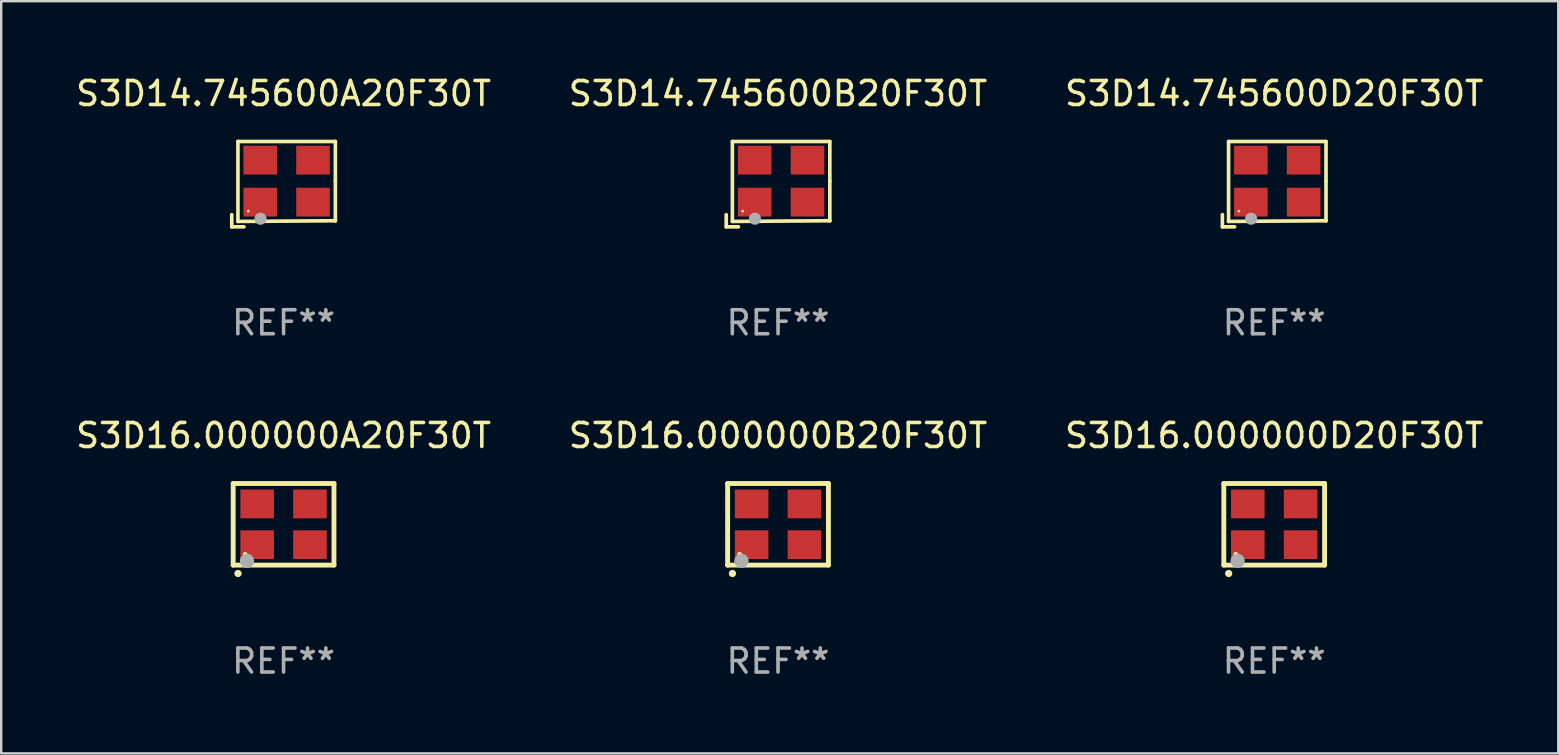
<source format=kicad_pcb>
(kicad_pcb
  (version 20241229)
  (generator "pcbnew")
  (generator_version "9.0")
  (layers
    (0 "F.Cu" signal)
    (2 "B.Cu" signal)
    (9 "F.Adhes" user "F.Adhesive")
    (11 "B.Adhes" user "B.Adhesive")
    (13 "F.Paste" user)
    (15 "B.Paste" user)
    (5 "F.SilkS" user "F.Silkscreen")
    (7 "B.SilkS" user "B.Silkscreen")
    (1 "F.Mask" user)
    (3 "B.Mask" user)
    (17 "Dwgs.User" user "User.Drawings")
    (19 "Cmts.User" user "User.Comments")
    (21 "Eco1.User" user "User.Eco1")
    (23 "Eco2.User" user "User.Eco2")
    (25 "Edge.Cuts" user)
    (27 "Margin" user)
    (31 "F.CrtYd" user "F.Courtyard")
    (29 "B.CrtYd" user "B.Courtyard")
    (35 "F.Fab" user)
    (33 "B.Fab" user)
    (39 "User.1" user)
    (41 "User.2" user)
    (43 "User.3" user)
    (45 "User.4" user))
  (footprint "S3D14.745600B20F30T"
    (layer "F.Cu")
    (at 29.375 4.626)
    (property "Reference" "S3D14.745600B20F30T" (at 0 -3.778 0) (layer "F.SilkS") (effects (font (size 1 1) (thickness 0.15))))
    (attr through_hole)
    (fp_line (start -2.159 1.27) (end -2.159 1.778) (stroke (width 0.152) (type solid)) (layer "F.SilkS"))
    (fp_line (start -2.159 1.778) (end -1.651 1.778) (stroke (width 0.152) (type solid)) (layer "F.SilkS"))
    (fp_line (start -1.902 -1.778) (end 2.159 -1.778) (stroke (width 0.152) (type solid)) (layer "F.SilkS"))
    (fp_line (start -1.902 1.552) (end -1.902 -1.778) (stroke (width 0.152) (type solid)) (layer "F.SilkS"))
    (fp_line (start 2.159 -1.778) (end 2.159 -0.127) (stroke (width 0.152) (type solid)) (layer "F.SilkS"))
    (fp_line (start 2.159 -0.127) (end 2.159 1.524) (stroke (width 0.152) (type solid)) (layer "F.SilkS"))
    (fp_line (start 2.159 1.524) (end -1.902 1.552) (stroke (width 0.152) (type solid)) (layer "F.SilkS"))
    (fp_line (start 2.159 1.524) (end 2.159 1.524) (stroke (width 0.152) (type solid)) (layer "F.SilkS"))
    (fp_circle (center -1.473 1.123) (end -1.443 1.123) (stroke (width 0.06) (type solid)) (fill no) (layer "F.SilkS"))
    (fp_circle (center -0.961 1.44) (end -0.834 1.44) (stroke (width 0.254) (type solid)) (fill no) (layer "F.Fab"))
    (fp_text user "REF**" (at 0 5.778 0) (layer "F.Fab") (effects (font (size 1 1) (thickness 0.15))))
    (pad "1" smd rect (at -0.973 0.748) (size 1.4 1.2) (layers "F.Cu" "F.Mask" "F.Paste"))
    (pad "2" smd rect (at 1.227 0.748) (size 1.4 1.2) (layers "F.Cu" "F.Mask" "F.Paste"))
    (pad "3" smd rect (at 1.227 -1.002) (size 1.4 1.2) (layers "F.Cu" "F.Mask" "F.Paste"))
    (pad "4" smd rect (at -0.973 -1.002) (size 1.4 1.2) (layers "F.Cu" "F.Mask" "F.Paste")))
  (footprint "S3D14.745600D20F30T"
    (layer "F.Cu")
    (at 50.054 4.626)
    (property "Reference" "S3D14.745600D20F30T" (at 0 -3.778 0) (layer "F.SilkS") (effects (font (size 1 1) (thickness 0.15))))
    (attr through_hole)
    (fp_line (start -2.159 1.27) (end -2.159 1.778) (stroke (width 0.152) (type solid)) (layer "F.SilkS"))
    (fp_line (start -2.159 1.778) (end -1.651 1.778) (stroke (width 0.152) (type solid)) (layer "F.SilkS"))
    (fp_line (start -1.902 -1.778) (end 2.159 -1.778) (stroke (width 0.152) (type solid)) (layer "F.SilkS"))
    (fp_line (start -1.902 1.552) (end -1.902 -1.778) (stroke (width 0.152) (type solid)) (layer "F.SilkS"))
    (fp_line (start 2.159 -1.778) (end 2.159 -0.127) (stroke (width 0.152) (type solid)) (layer "F.SilkS"))
    (fp_line (start 2.159 -0.127) (end 2.159 1.524) (stroke (width 0.152) (type solid)) (layer "F.SilkS"))
    (fp_line (start 2.159 1.524) (end -1.902 1.552) (stroke (width 0.152) (type solid)) (layer "F.SilkS"))
    (fp_line (start 2.159 1.524) (end 2.159 1.524) (stroke (width 0.152) (type solid)) (layer "F.SilkS"))
    (fp_circle (center -1.473 1.123) (end -1.443 1.123) (stroke (width 0.06) (type solid)) (fill no) (layer "F.SilkS"))
    (fp_circle (center -0.961 1.44) (end -0.834 1.44) (stroke (width 0.254) (type solid)) (fill no) (layer "F.Fab"))
    (fp_text user "REF**" (at 0 5.778 0) (layer "F.Fab") (effects (font (size 1 1) (thickness 0.15))))
    (pad "1" smd rect (at -0.973 0.748) (size 1.4 1.2) (layers "F.Cu" "F.Mask" "F.Paste"))
    (pad "2" smd rect (at 1.227 0.748) (size 1.4 1.2) (layers "F.Cu" "F.Mask" "F.Paste"))
    (pad "3" smd rect (at 1.227 -1.002) (size 1.4 1.2) (layers "F.Cu" "F.Mask" "F.Paste"))
    (pad "4" smd rect (at -0.973 -1.002) (size 1.4 1.2) (layers "F.Cu" "F.Mask" "F.Paste")))
  (footprint "S3D16.000000D20F30T"
    (layer "F.Cu")
    (at 50.054 18.801)
    (property "Reference" "S3D16.000000D20F30T" (at 0 -3.7 0) (layer "F.SilkS") (effects (font (size 1 1) (thickness 0.15))))
    (attr through_hole)
    (fp_line (start -2.1 -1.7) (end -2.1 1.7) (stroke (width 0.203) (type solid)) (layer "F.SilkS"))
    (fp_line (start -2.1 1.7) (end 2.1 1.7) (stroke (width 0.203) (type solid)) (layer "F.SilkS"))
    (fp_line (start 2.1 -1.7) (end -2.1 -1.7) (stroke (width 0.203) (type solid)) (layer "F.SilkS"))
    (fp_line (start 2.1 1.7) (end 2.1 -1.7) (stroke (width 0.203) (type solid)) (layer "F.SilkS"))
    (fp_arc (start -1.899924 2.049784) (mid -1.898654 2.049779) (end -1.897384 2.049784) (stroke (width 0.3) (type solid)) (layer "F.SilkS"))
    (fp_circle (center -1.6 1.25) (end -1.55 1.25) (stroke (width 0.1) (type solid)) (fill no) (layer "F.SilkS"))
    (fp_circle (center -1.524 1.524) (end -1.374 1.524) (stroke (width 0.3) (type solid)) (fill no) (layer "F.Fab"))
    (fp_text user "REF**" (at 0 5.7 0) (layer "F.Fab") (effects (font (size 1 1) (thickness 0.15))))
    (pad "1" smd rect (at -1.1 0.85) (size 1.4 1.2) (layers "F.Cu" "F.Mask" "F.Paste"))
    (pad "2" smd rect (at 1.1 0.85) (size 1.4 1.2) (layers "F.Cu" "F.Mask" "F.Paste"))
    (pad "3" smd rect (at 1.1 -0.85) (size 1.4 1.2) (layers "F.Cu" "F.Mask" "F.Paste"))
    (pad "4" smd rect (at -1.1 -0.85) (size 1.4 1.2) (layers "F.Cu" "F.Mask" "F.Paste")))
  (footprint "S3D16.000000B20F30T"
    (layer "F.Cu")
    (at 29.375 18.801)
    (property "Reference" "S3D16.000000B20F30T" (at 0 -3.7 0) (layer "F.SilkS") (effects (font (size 1 1) (thickness 0.15))))
    (attr through_hole)
    (fp_line (start -2.1 -1.7) (end -2.1 1.7) (stroke (width 0.203) (type solid)) (layer "F.SilkS"))
    (fp_line (start -2.1 1.7) (end 2.1 1.7) (stroke (width 0.203) (type solid)) (layer "F.SilkS"))
    (fp_line (start 2.1 -1.7) (end -2.1 -1.7) (stroke (width 0.203) (type solid)) (layer "F.SilkS"))
    (fp_line (start 2.1 1.7) (end 2.1 -1.7) (stroke (width 0.203) (type solid)) (layer "F.SilkS"))
    (fp_arc (start -1.899924 2.049784) (mid -1.898654 2.049779) (end -1.897384 2.049784) (stroke (width 0.3) (type solid)) (layer "F.SilkS"))
    (fp_circle (center -1.6 1.25) (end -1.55 1.25) (stroke (width 0.1) (type solid)) (fill no) (layer "F.SilkS"))
    (fp_circle (center -1.524 1.524) (end -1.374 1.524) (stroke (width 0.3) (type solid)) (fill no) (layer "F.Fab"))
    (fp_text user "REF**" (at 0 5.7 0) (layer "F.Fab") (effects (font (size 1 1) (thickness 0.15))))
    (pad "1" smd rect (at -1.1 0.85) (size 1.4 1.2) (layers "F.Cu" "F.Mask" "F.Paste"))
    (pad "2" smd rect (at 1.1 0.85) (size 1.4 1.2) (layers "F.Cu" "F.Mask" "F.Paste"))
    (pad "3" smd rect (at 1.1 -0.85) (size 1.4 1.2) (layers "F.Cu" "F.Mask" "F.Paste"))
    (pad "4" smd rect (at -1.1 -0.85) (size 1.4 1.2) (layers "F.Cu" "F.Mask" "F.Paste")))
  (footprint "S3D14.745600A20F30T"
    (layer "F.Cu")
    (at 8.768 4.626)
    (property "Reference" "S3D14.745600A20F30T" (at 0 -3.778 0) (layer "F.SilkS") (effects (font (size 1 1) (thickness 0.15))))
    (attr through_hole)
    (fp_line (start -2.159 1.27) (end -2.159 1.778) (stroke (width 0.152) (type solid)) (layer "F.SilkS"))
    (fp_line (start -2.159 1.778) (end -1.651 1.778) (stroke (width 0.152) (type solid)) (layer "F.SilkS"))
    (fp_line (start -1.902 -1.778) (end 2.159 -1.778) (stroke (width 0.152) (type solid)) (layer "F.SilkS"))
    (fp_line (start -1.902 1.552) (end -1.902 -1.778) (stroke (width 0.152) (type solid)) (layer "F.SilkS"))
    (fp_line (start 2.159 -1.778) (end 2.159 -0.127) (stroke (width 0.152) (type solid)) (layer "F.SilkS"))
    (fp_line (start 2.159 -0.127) (end 2.159 1.524) (stroke (width 0.152) (type solid)) (layer "F.SilkS"))
    (fp_line (start 2.159 1.524) (end -1.902 1.552) (stroke (width 0.152) (type solid)) (layer "F.SilkS"))
    (fp_line (start 2.159 1.524) (end 2.159 1.524) (stroke (width 0.152) (type solid)) (layer "F.SilkS"))
    (fp_circle (center -1.473 1.123) (end -1.443 1.123) (stroke (width 0.06) (type solid)) (fill no) (layer "F.SilkS"))
    (fp_circle (center -0.961 1.44) (end -0.834 1.44) (stroke (width 0.254) (type solid)) (fill no) (layer "F.Fab"))
    (fp_text user "REF**" (at 0 5.778 0) (layer "F.Fab") (effects (font (size 1 1) (thickness 0.15))))
    (pad "1" smd rect (at -0.973 0.748) (size 1.4 1.2) (layers "F.Cu" "F.Mask" "F.Paste"))
    (pad "2" smd rect (at 1.227 0.748) (size 1.4 1.2) (layers "F.Cu" "F.Mask" "F.Paste"))
    (pad "3" smd rect (at 1.227 -1.002) (size 1.4 1.2) (layers "F.Cu" "F.Mask" "F.Paste"))
    (pad "4" smd rect (at -0.973 -1.002) (size 1.4 1.2) (layers "F.Cu" "F.Mask" "F.Paste")))
  (footprint "S3D16.000000A20F30T"
    (layer "F.Cu")
    (at 8.768 18.801)
    (property "Reference" "S3D16.000000A20F30T" (at 0 -3.7 0) (layer "F.SilkS") (effects (font (size 1 1) (thickness 0.15))))
    (attr through_hole)
    (fp_line (start -2.1 -1.7) (end -2.1 1.7) (stroke (width 0.203) (type solid)) (layer "F.SilkS"))
    (fp_line (start -2.1 1.7) (end 2.1 1.7) (stroke (width 0.203) (type solid)) (layer "F.SilkS"))
    (fp_line (start 2.1 -1.7) (end -2.1 -1.7) (stroke (width 0.203) (type solid)) (layer "F.SilkS"))
    (fp_line (start 2.1 1.7) (end 2.1 -1.7) (stroke (width 0.203) (type solid)) (layer "F.SilkS"))
    (fp_arc (start -1.899924 2.049784) (mid -1.898654 2.049779) (end -1.897384 2.049784) (stroke (width 0.3) (type solid)) (layer "F.SilkS"))
    (fp_circle (center -1.6 1.25) (end -1.55 1.25) (stroke (width 0.1) (type solid)) (fill no) (layer "F.SilkS"))
    (fp_circle (center -1.524 1.524) (end -1.374 1.524) (stroke (width 0.3) (type solid)) (fill no) (layer "F.Fab"))
    (fp_text user "REF**" (at 0 5.7 0) (layer "F.Fab") (effects (font (size 1 1) (thickness 0.15))))
    (pad "1" smd rect (at -1.1 0.85) (size 1.4 1.2) (layers "F.Cu" "F.Mask" "F.Paste"))
    (pad "2" smd rect (at 1.1 0.85) (size 1.4 1.2) (layers "F.Cu" "F.Mask" "F.Paste"))
    (pad "3" smd rect (at 1.1 -0.85) (size 1.4 1.2) (layers "F.Cu" "F.Mask" "F.Paste"))
    (pad "4" smd rect (at -1.1 -0.85) (size 1.4 1.2) (layers "F.Cu" "F.Mask" "F.Paste")))
  (gr_rect
    (start -3 -3)
    (end 61.893 28.349)
    (stroke (width 0.1) (type default))
    (fill no)
    (layer "Edge.Cuts")))
</source>
